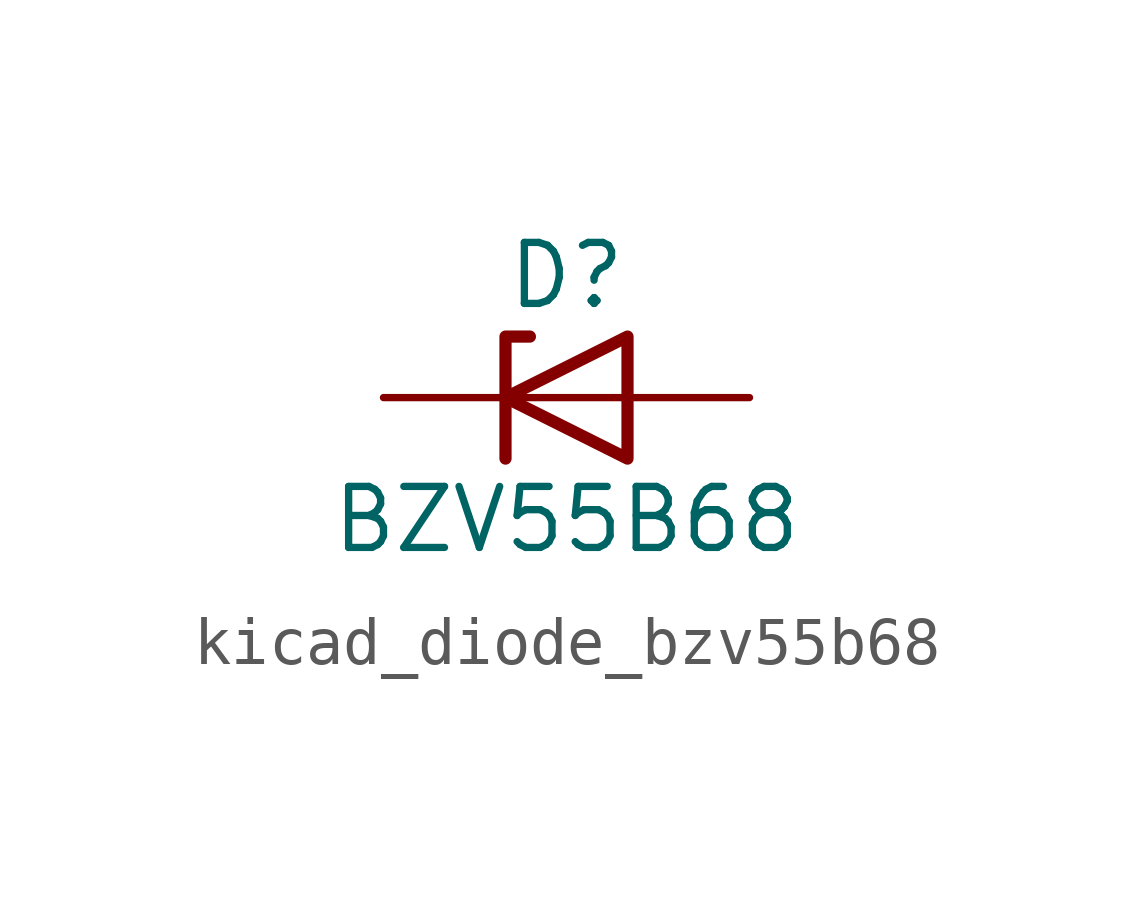
<source format=kicad_sym>
(kicad_symbol_lib
  (version 20220914)
  (generator kicad_symbol_editor)
  (symbol "kicad_diode_bzv55b68"
    (pin_numbers hide)
    (pin_names hide)
    (property "Reference" "D"
      (at 0 2.54 0)
      (effects (font (size 1.27 1.27))))
    (property "Value" "BZV55B68"
      (at 0 -2.54 0)
      (effects (font (size 1.27 1.27))))
    (symbol "kicad_diode_bzv55b68_0_1"
      (polyline (pts (xy 1.27 0) (xy -1.27 0)) (stroke (width 0) (type default)) (fill (type none)))
      (polyline (pts (xy -1.27 -1.27) (xy -1.27 1.27) (xy -0.762 1.27)) (stroke (width 0.254) (type default)) (fill (type none)))
      (polyline (pts (xy 1.27 -1.27) (xy 1.27 1.27) (xy -1.27 0) (xy 1.27 -1.27)) (stroke (width 0.254) (type default)) (fill (type none))))
    (symbol "kicad_diode_bzv55b68_1_1"
      (pin passive line (at -3.81 0 0) (length 2.54) (name "K" (effects (font (size 1.27 1.27)))) (number "1" (effects (font (size 1.27 1.27)))))
      (pin passive line (at 3.81 0 180) (length 2.54) (name "A" (effects (font (size 1.27 1.27)))) (number "2" (effects (font (size 1.27 1.27))))))))
</source>
